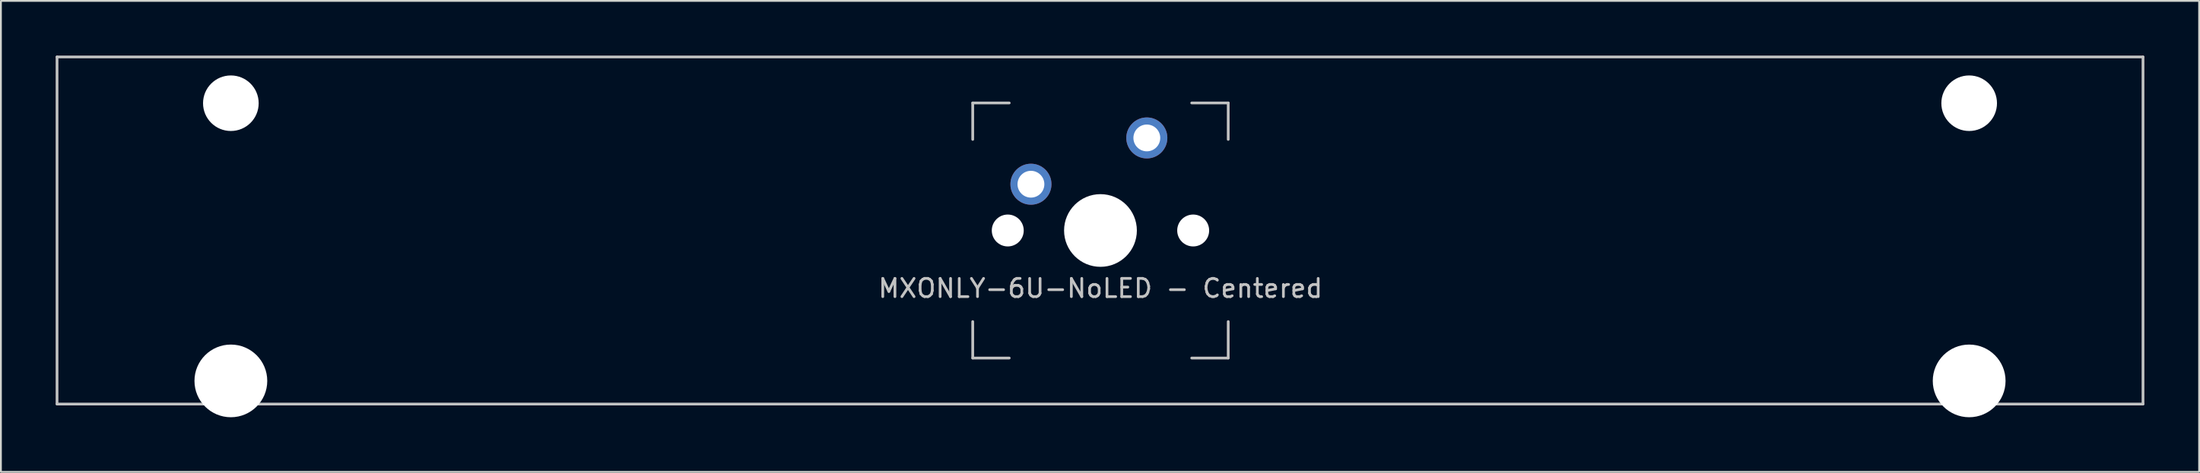
<source format=kicad_pcb>
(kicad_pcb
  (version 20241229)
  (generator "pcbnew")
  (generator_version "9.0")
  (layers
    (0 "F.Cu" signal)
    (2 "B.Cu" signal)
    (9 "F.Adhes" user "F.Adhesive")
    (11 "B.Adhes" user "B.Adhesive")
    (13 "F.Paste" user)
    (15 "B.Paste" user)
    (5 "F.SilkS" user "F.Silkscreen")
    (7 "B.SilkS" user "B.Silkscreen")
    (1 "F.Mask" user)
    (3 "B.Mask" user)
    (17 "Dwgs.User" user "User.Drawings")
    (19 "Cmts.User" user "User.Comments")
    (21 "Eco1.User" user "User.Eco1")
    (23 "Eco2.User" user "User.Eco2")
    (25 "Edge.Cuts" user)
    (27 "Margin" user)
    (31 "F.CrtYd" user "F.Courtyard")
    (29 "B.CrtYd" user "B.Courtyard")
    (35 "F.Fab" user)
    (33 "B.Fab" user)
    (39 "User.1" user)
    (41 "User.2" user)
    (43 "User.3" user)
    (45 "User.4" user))
  (footprint "MXONLY-6U-NoLED - Centered"
    (layer "F.Cu")
    (at 57.225 9.6)
    (property "Reference" "MXONLY-6U-NoLED - Centered" (at 0.025 3.175 0) (layer "Dwgs.User") (effects (font (size 1 1) (thickness 0.15))))
    (attr through_hole)
    (fp_line (start -57.15 -9.525) (end 57.15 -9.525) (stroke (width 0.15) (type solid)) (layer "Dwgs.User"))
    (fp_line (start -57.15 9.525) (end -57.15 -9.525) (stroke (width 0.15) (type solid)) (layer "Dwgs.User"))
    (fp_line (start -57.15 9.525) (end 57.15 9.525) (stroke (width 0.15) (type solid)) (layer "Dwgs.User"))
    (fp_line (start -6.975 -7) (end -6.975 -5) (stroke (width 0.15) (type solid)) (layer "Dwgs.User"))
    (fp_line (start -6.975 5) (end -6.975 7) (stroke (width 0.15) (type solid)) (layer "Dwgs.User"))
    (fp_line (start -6.975 7) (end -4.975 7) (stroke (width 0.15) (type solid)) (layer "Dwgs.User"))
    (fp_line (start -4.975 -7) (end -6.975 -7) (stroke (width 0.15) (type solid)) (layer "Dwgs.User"))
    (fp_line (start 5.025 -7) (end 7.025 -7) (stroke (width 0.15) (type solid)) (layer "Dwgs.User"))
    (fp_line (start 5.025 7) (end 7.025 7) (stroke (width 0.15) (type solid)) (layer "Dwgs.User"))
    (fp_line (start 7.025 -7) (end 7.025 -5) (stroke (width 0.15) (type solid)) (layer "Dwgs.User"))
    (fp_line (start 7.025 7) (end 7.025 5) (stroke (width 0.15) (type solid)) (layer "Dwgs.User"))
    (fp_line (start 57.15 -9.525) (end 57.15 9.525) (stroke (width 0.15) (type solid)) (layer "Dwgs.User"))
    (pad "" np_thru_hole circle (at -47.625 -6.985) (size 3.048 3.048) (drill 3.048) (layers "*.Cu" "*.Mask"))
    (pad "" np_thru_hole circle (at -47.625 8.255) (size 3.988 3.988) (drill 3.988) (layers "*.Cu" "*.Mask"))
    (pad "" np_thru_hole circle (at -5.055 0 48.1) (size 1.75 1.75) (drill 1.75) (layers "*.Cu" "*.Mask"))
    (pad "" np_thru_hole circle (at 0.025 0) (size 3.988 3.988) (drill 3.988) (layers "*.Cu" "*.Mask"))
    (pad "" np_thru_hole circle (at 5.105 0 48.1) (size 1.75 1.75) (drill 1.75) (layers "*.Cu" "*.Mask"))
    (pad "" np_thru_hole circle (at 47.625 -6.985) (size 3.048 3.048) (drill 3.048) (layers "*.Cu" "*.Mask"))
    (pad "" np_thru_hole circle (at 47.625 8.255) (size 3.988 3.988) (drill 3.988) (layers "*.Cu" "*.Mask"))
    (pad "1" thru_hole circle (at 2.565 -5.08) (size 2.25 2.25) (drill 1.47) (layers "*.Cu" "B.Mask"))
    (pad "2" thru_hole circle (at -3.785 -2.54 48.1) (size 2.25 2.25) (drill 1.47) (layers "*.Cu" "B.Mask")))
  (gr_rect
    (start -3 -3)
    (end 117.45 22.849)
    (stroke (width 0.1) (type default))
    (fill no)
    (layer "Edge.Cuts")))
</source>
